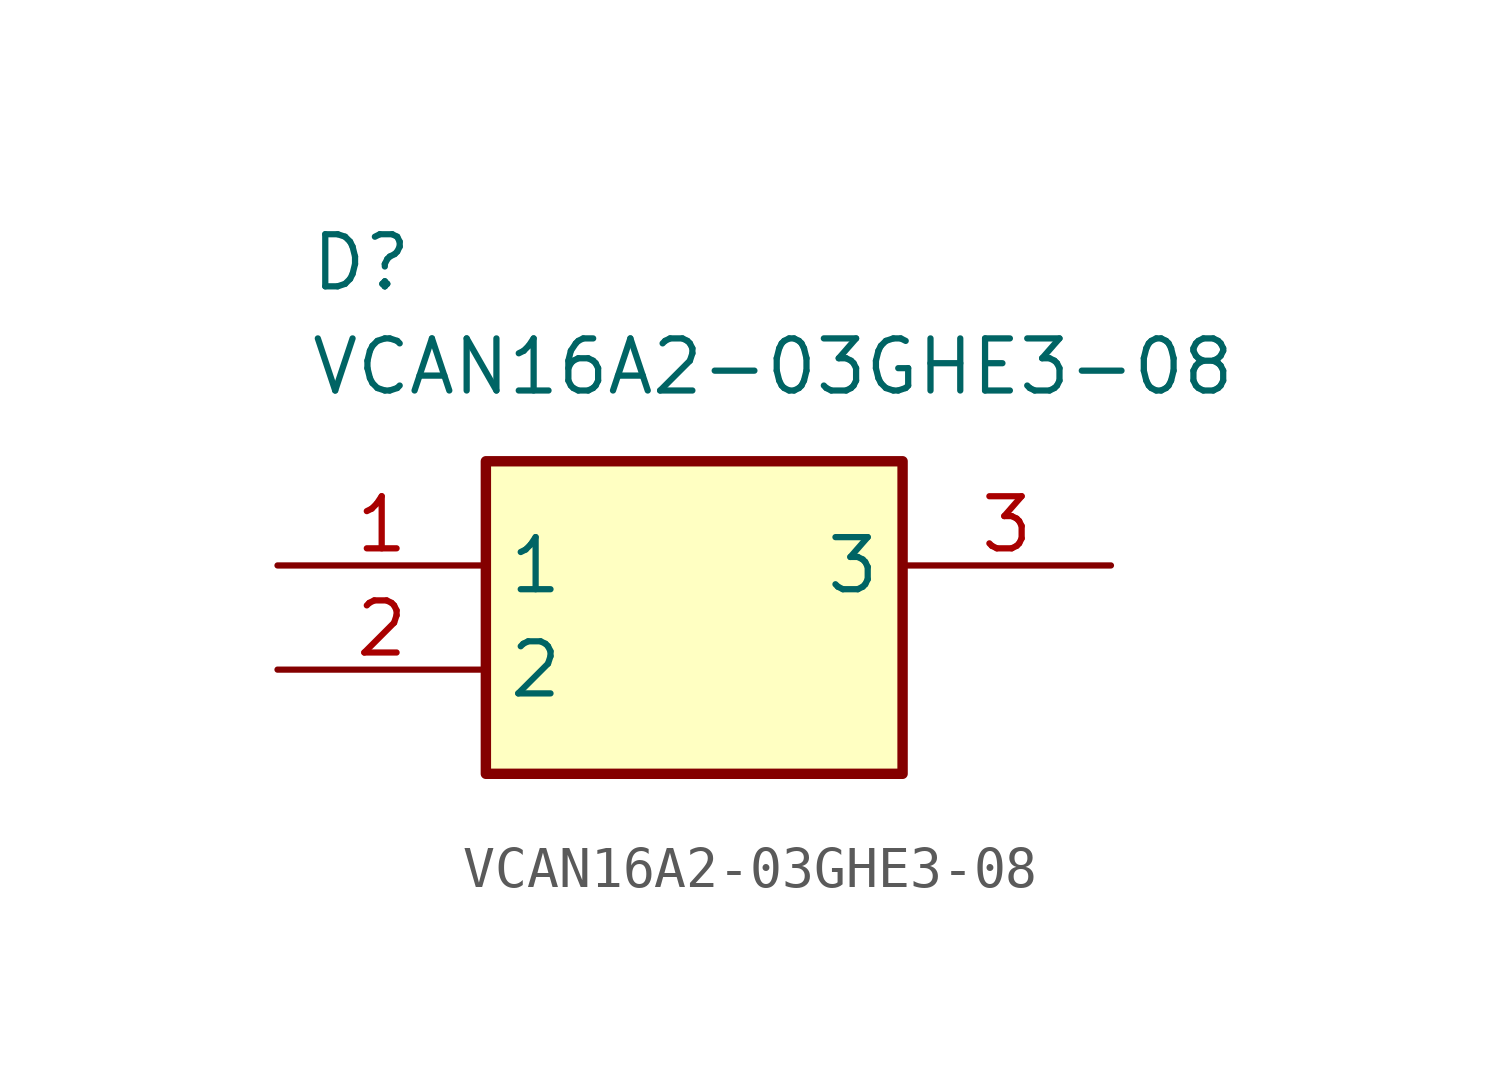
<source format=kicad_sym>
(kicad_symbol_lib
  (version 20231120)
  (generator "kicad_symbol_editor")
  (generator_version "8.0")
  (symbol "VCAN16A2-03GHE3-08"
    (property "Reference" "D"
      (at 0.762 8.128 0)
      (effects (font (size 1.27 1.27)) (justify left top)))
    (property "Value" "VCAN16A2-03GHE3-08"
      (at 0.762 5.588 0)
      (effects (font (size 1.27 1.27)) (justify left top)))
    (symbol "VCAN16A2-03GHE3-08_1_1"
      (rectangle (start 5.08 2.54) (end 15.24 -5.08) (stroke (width 0.254) (type default)) (fill (type background)))
      (pin passive line (at 0 0 0) (length 5.08) (name "1" (effects (font (size 1.27 1.27)))) (number "1" (effects (font (size 1.27 1.27)))))
      (pin passive line (at 0 -2.54 0) (length 5.08) (name "2" (effects (font (size 1.27 1.27)))) (number "2" (effects (font (size 1.27 1.27)))))
      (pin passive line (at 20.32 0 180) (length 5.08) (name "3" (effects (font (size 1.27 1.27)))) (number "3" (effects (font (size 1.27 1.27))))))))
</source>
